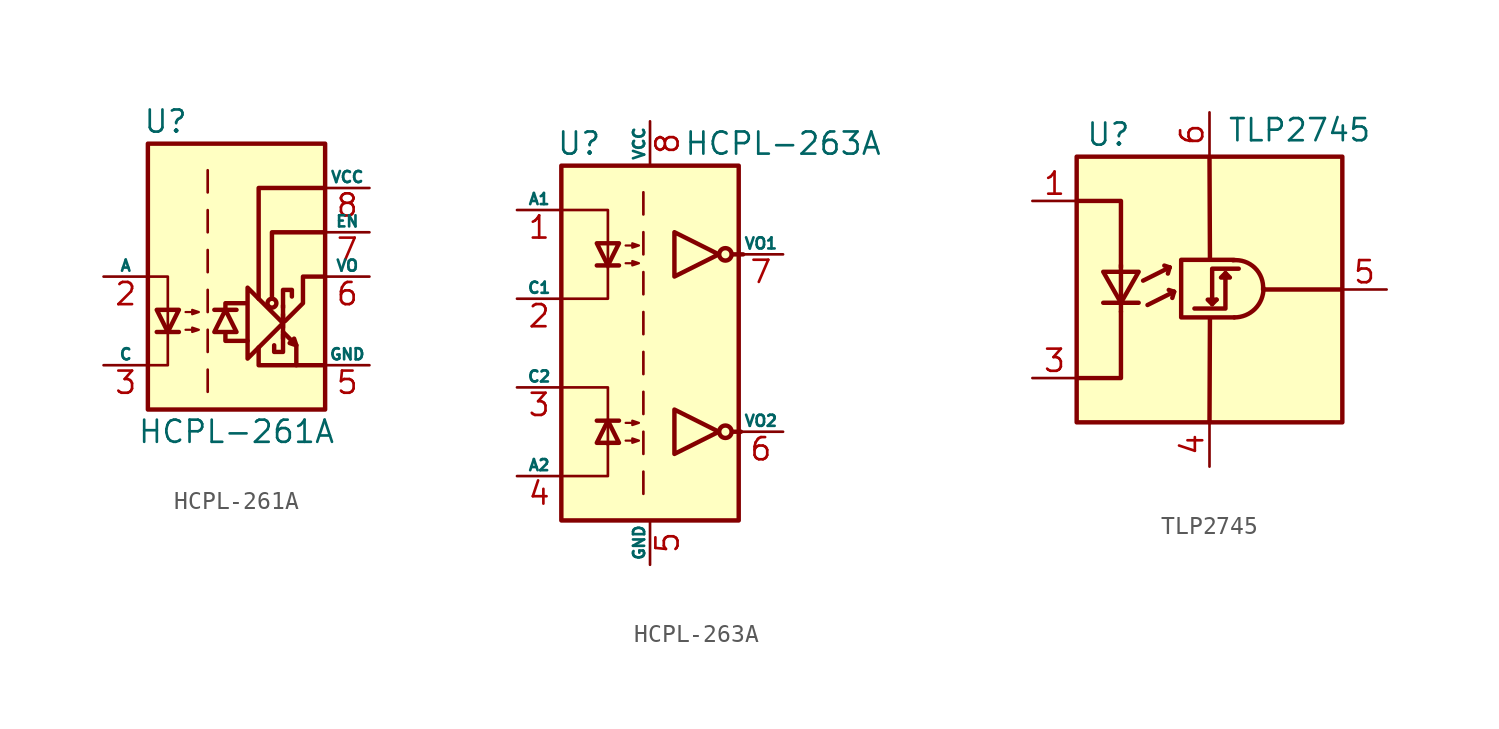
<source format=kicad_sym>
(kicad_symbol_lib
  (version 20220914)
  (generator kicad_symbol_editor)
  (symbol "HCPL-261A"
    (pin_names
      (offset 0))
    (property "Reference" "U"
      (at -4.064 8.89 0)
      (effects (font (size 1.27 1.27))))
    (property "Value" "HCPL-261A"
      (at 0 -8.89 0)
      (effects (font (size 1.27 1.27))))
    (symbol "HCPL-261A_0_1"
      (polyline (pts (xy 2.667 -3.556) (xy 2.667 -1.651)) (stroke (width 0.254) (type default)) (fill (type none)))
      (polyline (pts (xy 2.667 -2.159) (xy 2.667 -2.921)) (stroke (width 0.254) (type default)) (fill (type none)))
      (polyline (pts (xy 3.429 -3.937) (xy 3.429 -5.08)) (stroke (width 0.254) (type default)) (fill (type none)))
      (polyline (pts (xy -0.635 -3.302) (xy -0.635 -3.683) (xy 0.635 -3.683)) (stroke (width 0.254) (type default)) (fill (type none)))
      (polyline (pts (xy -0.635 -1.905) (xy -0.635 -1.524) (xy 0.508 -1.524)) (stroke (width 0.254) (type default)) (fill (type none)))
      (polyline (pts (xy 1.27 -4.064) (xy 1.27 -5.08) (xy 5.08 -5.08)) (stroke (width 0.254) (type default)) (fill (type none)))
      (polyline (pts (xy 1.27 -1.27) (xy 1.27 5.08) (xy 5.08 5.08)) (stroke (width 0.254) (type default)) (fill (type none)))
      (polyline (pts (xy 2.032 -1.27) (xy 2.032 2.54) (xy 5.08 2.54)) (stroke (width 0.254) (type default)) (fill (type none)))
      (polyline (pts (xy -5.08 -5.08) (xy -3.937 -5.08) (xy -3.937 0) (xy -5.08 0)) (stroke (width 0) (type default)) (fill (type none)))
      (polyline (pts (xy 2.667 -3.302) (xy 2.667 -4.318) (xy 2.159 -4.318) (xy 2.159 -3.937)) (stroke (width 0.254) (type default)) (fill (type none)))
      (polyline (pts (xy 2.667 -2.667) (xy 0.635 -4.699) (xy 0.635 -0.635) (xy 2.667 -2.667)) (stroke (width 0.254) (type default)) (fill (type none)))
      (polyline (pts (xy 2.667 -1.778) (xy 2.667 -0.762) (xy 3.175 -0.762) (xy 3.175 -1.143)) (stroke (width 0.254) (type default)) (fill (type none)))
      (polyline (pts (xy 2.794 -2.54) (xy 3.81 -1.524) (xy 3.81 0) (xy 5.08 0)) (stroke (width 0.254) (type default)) (fill (type none)))
      (polyline (pts (xy 2.667 -3.175) (xy 3.429 -3.937) (xy 3.302 -3.556) (xy 3.048 -3.81) (xy 3.429 -3.937)) (stroke (width 0.254) (type default)) (fill (type none)))
      (circle (center 2.032 -1.524) (radius 0.254) (stroke (width 0.254) (type default)) (fill (type none))))
    (symbol "HCPL-261A_1_1"
      (rectangle (start -5.08 7.62) (end 5.08 -7.62) (stroke (width 0.254) (type default)) (fill (type background)))
      (polyline (pts (xy -4.572 -3.175) (xy -3.302 -3.175)) (stroke (width 0.254) (type default)) (fill (type none)))
      (polyline (pts (xy -1.651 -5.334) (xy -1.651 -6.604)) (stroke (width 0) (type default)) (fill (type none)))
      (polyline (pts (xy -1.651 -3.048) (xy -1.651 -4.318)) (stroke (width 0) (type default)) (fill (type none)))
      (polyline (pts (xy -1.651 -0.762) (xy -1.651 -2.032)) (stroke (width 0) (type default)) (fill (type none)))
      (polyline (pts (xy -1.651 1.524) (xy -1.651 0.254)) (stroke (width 0) (type default)) (fill (type none)))
      (polyline (pts (xy -1.651 3.81) (xy -1.651 2.54)) (stroke (width 0) (type default)) (fill (type none)))
      (polyline (pts (xy -1.651 6.096) (xy -1.651 4.826)) (stroke (width 0) (type default)) (fill (type none)))
      (polyline (pts (xy -1.27 -1.905) (xy 0 -1.905)) (stroke (width 0.254) (type default)) (fill (type none)))
      (polyline (pts (xy -3.937 -3.175) (xy -4.572 -1.905) (xy -3.302 -1.905) (xy -3.937 -3.175)) (stroke (width 0.254) (type default)) (fill (type none)))
      (polyline (pts (xy -0.635 -1.905) (xy -1.27 -3.175) (xy 0 -3.175) (xy -0.635 -1.905)) (stroke (width 0.254) (type default)) (fill (type none)))
      (polyline (pts (xy -2.921 -3.048) (xy -2.159 -3.048) (xy -2.54 -3.175) (xy -2.54 -2.921) (xy -2.159 -3.048)) (stroke (width 0.127) (type default)) (fill (type none)))
      (polyline (pts (xy -2.921 -2.032) (xy -2.159 -2.032) (xy -2.54 -2.159) (xy -2.54 -1.905) (xy -2.159 -2.032)) (stroke (width 0.127) (type default)) (fill (type none)))
      (pin no_connect line (at -5.08 5.08 0) (length 2.54) hide (name "NC" (effects (font (size 0.635 0.635)))) (number "1" (effects (font (size 1.27 1.27)))))
      (pin passive line (at -7.62 0 0) (length 2.54) (name "A" (effects (font (size 0.635 0.635)))) (number "2" (effects (font (size 1.27 1.27)))))
      (pin passive line (at -7.62 -5.08 0) (length 2.54) (name "C" (effects (font (size 0.635 0.635)))) (number "3" (effects (font (size 1.27 1.27)))))
      (pin power_in line (at 7.62 -5.08 180) (length 2.54) (name "GND" (effects (font (size 0.635 0.635)))) (number "5" (effects (font (size 1.27 1.27)))))
      (pin open_collector line (at 7.62 0 180) (length 2.54) (name "VO" (effects (font (size 0.635 0.635)))) (number "6" (effects (font (size 1.27 1.27)))))
      (pin input line (at 7.62 2.54 180) (length 2.54) (name "EN" (effects (font (size 0.635 0.635)))) (number "7" (effects (font (size 1.27 1.27)))))
      (pin power_in line (at 7.62 5.08 180) (length 2.54) (name "VCC" (effects (font (size 0.635 0.635)))) (number "8" (effects (font (size 1.27 1.27)))))))
  (symbol "HCPL-263A"
    (pin_names
      (offset 0))
    (property "Reference" "U"
      (at -4.064 11.43 0)
      (effects (font (size 1.27 1.27))))
    (property "Value" "HCPL-263A"
      (at 7.62 11.43 0)
      (effects (font (size 1.27 1.27))))
    (symbol "HCPL-263A_1_1"
      (rectangle (start -5.08 10.16) (end 5.08 -10.16) (stroke (width 0.254) (type default)) (fill (type background)))
      (polyline (pts (xy -3.048 -4.445) (xy -1.778 -4.445)) (stroke (width 0.254) (type default)) (fill (type none)))
      (polyline (pts (xy -3.048 4.445) (xy -1.778 4.445)) (stroke (width 0.254) (type default)) (fill (type none)))
      (polyline (pts (xy -0.381 -7.366) (xy -0.381 -8.636)) (stroke (width 0) (type default)) (fill (type none)))
      (polyline (pts (xy -0.381 -5.08) (xy -0.381 -6.35)) (stroke (width 0) (type default)) (fill (type none)))
      (polyline (pts (xy -0.381 -2.794) (xy -0.381 -4.064)) (stroke (width 0) (type default)) (fill (type none)))
      (polyline (pts (xy -0.381 -0.508) (xy -0.381 -1.778)) (stroke (width 0) (type default)) (fill (type none)))
      (polyline (pts (xy -0.381 1.778) (xy -0.381 0.508)) (stroke (width 0) (type default)) (fill (type none)))
      (polyline (pts (xy -0.381 4.064) (xy -0.381 2.794)) (stroke (width 0) (type default)) (fill (type none)))
      (polyline (pts (xy -0.381 6.35) (xy -0.381 5.08)) (stroke (width 0) (type default)) (fill (type none)))
      (polyline (pts (xy -0.381 8.636) (xy -0.381 7.366)) (stroke (width 0) (type default)) (fill (type none)))
      (polyline (pts (xy 4.699 -5.08) (xy 5.207 -5.08)) (stroke (width 0.254) (type default)) (fill (type none)))
      (polyline (pts (xy 4.699 5.08) (xy 5.334 5.08)) (stroke (width 0.254) (type default)) (fill (type none)))
      (polyline (pts (xy -4.953 -7.62) (xy -2.413 -7.62) (xy -2.413 -5.715)) (stroke (width 0) (type default)) (fill (type none)))
      (polyline (pts (xy -4.953 7.62) (xy -2.413 7.62) (xy -2.413 4.318)) (stroke (width 0) (type default)) (fill (type none)))
      (polyline (pts (xy -2.413 -5.842) (xy -2.413 -2.54) (xy -4.953 -2.54)) (stroke (width 0) (type default)) (fill (type none)))
      (polyline (pts (xy -2.413 4.445) (xy -2.413 2.54) (xy -4.953 2.54)) (stroke (width 0) (type default)) (fill (type none)))
      (polyline (pts (xy -2.413 -4.445) (xy -3.048 -5.715) (xy -1.778 -5.715) (xy -2.413 -4.445)) (stroke (width 0.254) (type default)) (fill (type none)))
      (polyline (pts (xy -2.413 4.445) (xy -3.048 5.715) (xy -1.778 5.715) (xy -2.413 4.445)) (stroke (width 0.254) (type default)) (fill (type none)))
      (polyline (pts (xy 3.937 -5.08) (xy 1.397 -3.81) (xy 1.397 -6.35) (xy 3.937 -5.08)) (stroke (width 0.254) (type default)) (fill (type none)))
      (polyline (pts (xy 3.937 5.08) (xy 1.397 6.35) (xy 1.397 3.81) (xy 3.937 5.08)) (stroke (width 0.254) (type default)) (fill (type none)))
      (polyline (pts (xy -1.397 -5.588) (xy -0.635 -5.588) (xy -1.016 -5.715) (xy -1.016 -5.461) (xy -0.635 -5.588)) (stroke (width 0.127) (type default)) (fill (type none)))
      (polyline (pts (xy -1.397 -4.572) (xy -0.635 -4.572) (xy -1.016 -4.699) (xy -1.016 -4.445) (xy -0.635 -4.572)) (stroke (width 0.127) (type default)) (fill (type none)))
      (polyline (pts (xy -1.397 4.572) (xy -0.635 4.572) (xy -1.016 4.445) (xy -1.016 4.699) (xy -0.635 4.572)) (stroke (width 0.127) (type default)) (fill (type none)))
      (polyline (pts (xy -1.397 5.588) (xy -0.635 5.588) (xy -1.016 5.461) (xy -1.016 5.715) (xy -0.635 5.588)) (stroke (width 0.127) (type default)) (fill (type none)))
      (circle (center 4.318 -5.08) (radius 0.356) (stroke (width 0.254) (type default)) (fill (type none)))
      (circle (center 4.318 5.08) (radius 0.356) (stroke (width 0.254) (type default)) (fill (type none)))
      (pin passive line (at -7.62 7.62 0) (length 2.54) (name "A1" (effects (font (size 0.635 0.635)))) (number "1" (effects (font (size 1.27 1.27)))))
      (pin passive line (at -7.62 2.54 0) (length 2.54) (name "C1" (effects (font (size 0.635 0.635)))) (number "2" (effects (font (size 1.27 1.27)))))
      (pin passive line (at -7.62 -2.54 0) (length 2.54) (name "C2" (effects (font (size 0.635 0.635)))) (number "3" (effects (font (size 1.27 1.27)))))
      (pin passive line (at -7.62 -7.62 0) (length 2.54) (name "A2" (effects (font (size 0.635 0.635)))) (number "4" (effects (font (size 1.27 1.27)))))
      (pin power_in line (at 0 -12.7 90) (length 2.54) (name "GND" (effects (font (size 0.635 0.635)))) (number "5" (effects (font (size 1.27 1.27)))))
      (pin open_collector line (at 7.62 -5.08 180) (length 2.54) (name "VO2" (effects (font (size 0.635 0.635)))) (number "6" (effects (font (size 1.27 1.27)))))
      (pin open_collector line (at 7.62 5.08 180) (length 2.54) (name "VO1" (effects (font (size 0.635 0.635)))) (number "7" (effects (font (size 1.27 1.27)))))
      (pin power_in line (at 0 12.7 270) (length 2.54) (name "VCC" (effects (font (size 0.635 0.635)))) (number "8" (effects (font (size 1.27 1.27)))))))
  (symbol "TLP2745"
    (pin_names
      (offset 1.016) hide)
    (property "Reference" "U"
      (at -7.112 8.89 0)
      (effects (font (size 1.27 1.27)) (justify left)))
    (property "Value" "TLP2745"
      (at 1.016 9.144 0)
      (effects (font (size 1.27 1.27)) (justify left)))
    (symbol "TLP2745_0_1"
      (rectangle (start -7.62 7.62) (end 7.62 -7.62) (stroke (width 0.254) (type default)) (fill (type background)))
      (polyline (pts (xy -6.096 -0.762) (xy -4.064 -0.762)) (stroke (width 0.254) (type default)) (fill (type none)))
      (polyline (pts (xy -5.08 -0.762) (xy -5.08 -1.27)) (stroke (width 0.254) (type default)) (fill (type none)))
      (polyline (pts (xy -5.08 1.016) (xy -5.08 -0.762)) (stroke (width 0.254) (type default)) (fill (type none)))
      (polyline (pts (xy -5.08 1.016) (xy -5.08 1.397)) (stroke (width 0.254) (type default)) (fill (type none)))
      (polyline (pts (xy -3.81 0.508) (xy -2.286 1.27)) (stroke (width 0.254) (type default)) (fill (type none)))
      (polyline (pts (xy -3.556 -0.889) (xy -2.032 -0.127)) (stroke (width 0.254) (type default)) (fill (type none)))
      (polyline (pts (xy -2.286 1.27) (xy -2.591 1.372)) (stroke (width 0.254) (type default)) (fill (type none)))
      (polyline (pts (xy -2.286 1.27) (xy -2.388 0.914)) (stroke (width 0.254) (type default)) (fill (type none)))
      (polyline (pts (xy -2.032 -0.127) (xy -2.337 -0.025)) (stroke (width 0.254) (type default)) (fill (type none)))
      (polyline (pts (xy -2.032 -0.127) (xy -2.134 -0.483)) (stroke (width 0.254) (type default)) (fill (type none)))
      (polyline (pts (xy 0 -7.62) (xy 0.025 -1.651)) (stroke (width 0.254) (type default)) (fill (type none)))
      (polyline (pts (xy 0 7.595) (xy 0.025 1.778)) (stroke (width 0.254) (type default)) (fill (type none)))
      (polyline (pts (xy 7.595 0) (xy 3.15 0)) (stroke (width 0.254) (type default)) (fill (type none)))
      (polyline (pts (xy -7.62 -5.08) (xy -5.08 -5.08) (xy -5.08 -1.27)) (stroke (width 0.254) (type default)) (fill (type none)))
      (polyline (pts (xy -5.08 1.27) (xy -5.08 5.08) (xy -7.62 5.08)) (stroke (width 0.254) (type default)) (fill (type none)))
      (polyline (pts (xy 0.152 -0.838) (xy -0.102 -0.584) (xy 0.406 -0.584)) (stroke (width 0.254) (type default)) (fill (type none)))
      (polyline (pts (xy 0.914 0.94) (xy 0.914 -1.092) (xy -0.864 -1.092)) (stroke (width 0.254) (type default)) (fill (type none)))
      (polyline (pts (xy -6.096 1.016) (xy -4.064 1.016) (xy -5.08 -0.762) (xy -6.096 1.016)) (stroke (width 0.254) (type default)) (fill (type none)))
      (polyline (pts (xy 0.914 0.94) (xy 0.66 0.686) (xy 1.168 0.686) (xy 0.914 0.94)) (stroke (width 0.254) (type default)) (fill (type none)))
      (polyline (pts (xy 1.422 1.702) (xy -1.626 1.702) (xy -1.626 -1.6) (xy 1.422 -1.6)) (stroke (width 0.254) (type default)) (fill (type none)))
      (polyline (pts (xy 1.676 1.194) (xy 0.152 1.194) (xy 0.152 -0.838) (xy 0.406 -0.584)) (stroke (width 0.254) (type default)) (fill (type none)))
      (arc (start 1.4224 -1.6002) (mid 2.6101 -1.1115) (end 3.0988 0.0762) (stroke (width 0.254) (type default)) (fill (type none)))
      (arc (start 3.0734 0) (mid 2.6011 1.2413) (end 1.3462 1.6764) (stroke (width 0.254) (type default)) (fill (type none))))
    (symbol "TLP2745_1_1"
      (pin passive line (at -10.16 5.08 0) (length 2.54) (name "A" (effects (font (size 1.27 1.27)))) (number "1" (effects (font (size 1.27 1.27)))))
      (pin no_connect line (at -7.62 0 0) (length 2.54) hide (name "NC" (effects (font (size 1.27 1.27)))) (number "2" (effects (font (size 1.27 1.27)))))
      (pin passive line (at -10.16 -5.08 0) (length 2.54) (name "K" (effects (font (size 1.27 1.27)))) (number "3" (effects (font (size 1.27 1.27)))))
      (pin power_in line (at 0 -10.16 90) (length 2.54) (name "GND" (effects (font (size 1.27 1.27)))) (number "4" (effects (font (size 1.27 1.27)))))
      (pin output line (at 10.16 0 180) (length 2.54) (name "VO" (effects (font (size 1.27 1.27)))) (number "5" (effects (font (size 1.27 1.27)))))
      (pin power_in line (at 0 10.16 270) (length 2.54) (name "VDD" (effects (font (size 1.27 1.27)))) (number "6" (effects (font (size 1.27 1.27))))))))
</source>
